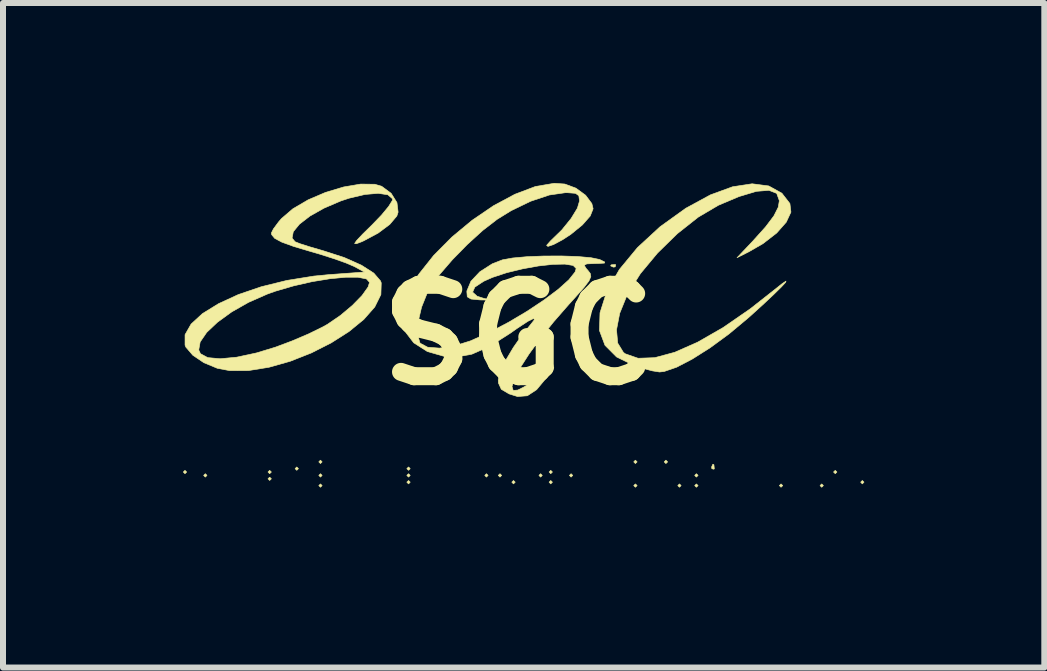
<source format=kicad_pcb>
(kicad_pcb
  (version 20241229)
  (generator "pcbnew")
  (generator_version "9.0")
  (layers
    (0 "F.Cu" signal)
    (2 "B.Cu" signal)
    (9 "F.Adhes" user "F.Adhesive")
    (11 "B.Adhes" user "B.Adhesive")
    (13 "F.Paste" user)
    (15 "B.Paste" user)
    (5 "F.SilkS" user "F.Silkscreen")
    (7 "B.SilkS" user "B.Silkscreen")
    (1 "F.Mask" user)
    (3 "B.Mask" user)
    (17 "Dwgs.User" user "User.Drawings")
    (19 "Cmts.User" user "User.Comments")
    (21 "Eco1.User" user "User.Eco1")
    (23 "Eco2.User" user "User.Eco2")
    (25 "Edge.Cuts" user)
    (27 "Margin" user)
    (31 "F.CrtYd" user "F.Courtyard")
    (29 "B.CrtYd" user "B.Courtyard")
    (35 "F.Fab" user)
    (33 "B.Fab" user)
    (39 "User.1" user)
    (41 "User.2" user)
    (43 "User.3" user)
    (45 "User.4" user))
  (footprint "SGC"
    (layer "F.Cu")
    (at 5.593 2.531)
    (property "Reference" "SGC" (at 0 0 0) (layer "F.SilkS") (effects (font (size 1.524 1.524) (thickness 0.3))))
    (attr through_hole)
    (fp_poly (pts (xy -5.532 2.286) (xy -5.56 2.314) (xy -5.588 2.286) (xy -5.56 2.258) (xy -5.532 2.286)) (stroke (width 0.01) (type solid)) (fill yes) (layer "F.SilkS"))
    (fp_poly (pts (xy -5.193 2.342) (xy -5.221 2.371) (xy -5.249 2.342) (xy -5.221 2.314) (xy -5.193 2.342)) (stroke (width 0.01) (type solid)) (fill yes) (layer "F.SilkS"))
    (fp_poly (pts (xy -4.12 2.286) (xy -4.149 2.314) (xy -4.177 2.286) (xy -4.149 2.258) (xy -4.12 2.286)) (stroke (width 0.01) (type solid)) (fill yes) (layer "F.SilkS"))
    (fp_poly (pts (xy -4.12 2.399) (xy -4.149 2.427) (xy -4.177 2.399) (xy -4.149 2.371) (xy -4.12 2.399)) (stroke (width 0.01) (type solid)) (fill yes) (layer "F.SilkS"))
    (fp_poly (pts (xy -3.669 2.23) (xy -3.697 2.258) (xy -3.725 2.23) (xy -3.697 2.201) (xy -3.669 2.23)) (stroke (width 0.01) (type solid)) (fill yes) (layer "F.SilkS"))
    (fp_poly (pts (xy -3.274 2.117) (xy -3.302 2.145) (xy -3.33 2.117) (xy -3.302 2.088) (xy -3.274 2.117)) (stroke (width 0.01) (type solid)) (fill yes) (layer "F.SilkS"))
    (fp_poly (pts (xy -3.274 2.342) (xy -3.302 2.371) (xy -3.33 2.342) (xy -3.302 2.314) (xy -3.274 2.342)) (stroke (width 0.01) (type solid)) (fill yes) (layer "F.SilkS"))
    (fp_poly (pts (xy -3.274 2.512) (xy -3.302 2.54) (xy -3.33 2.512) (xy -3.302 2.484) (xy -3.274 2.512)) (stroke (width 0.01) (type solid)) (fill yes) (layer "F.SilkS"))
    (fp_poly (pts (xy -1.806 2.23) (xy -1.834 2.258) (xy -1.863 2.23) (xy -1.834 2.201) (xy -1.806 2.23)) (stroke (width 0.01) (type solid)) (fill yes) (layer "F.SilkS"))
    (fp_poly (pts (xy -1.806 2.342) (xy -1.834 2.371) (xy -1.863 2.342) (xy -1.834 2.314) (xy -1.806 2.342)) (stroke (width 0.01) (type solid)) (fill yes) (layer "F.SilkS"))
    (fp_poly (pts (xy -1.806 2.455) (xy -1.834 2.484) (xy -1.863 2.455) (xy -1.834 2.427) (xy -1.806 2.455)) (stroke (width 0.01) (type solid)) (fill yes) (layer "F.SilkS"))
    (fp_poly (pts (xy -0.508 2.342) (xy -0.536 2.371) (xy -0.564 2.342) (xy -0.536 2.314) (xy -0.508 2.342)) (stroke (width 0.01) (type solid)) (fill yes) (layer "F.SilkS"))
    (fp_poly (pts (xy -0.282 2.342) (xy -0.31 2.371) (xy -0.339 2.342) (xy -0.31 2.314) (xy -0.282 2.342)) (stroke (width 0.01) (type solid)) (fill yes) (layer "F.SilkS"))
    (fp_poly (pts (xy -0.056 2.455) (xy -0.085 2.484) (xy -0.113 2.455) (xy -0.085 2.427) (xy -0.056 2.455)) (stroke (width 0.01) (type solid)) (fill yes) (layer "F.SilkS"))
    (fp_poly (pts (xy 0.395 2.342) (xy 0.367 2.371) (xy 0.339 2.342) (xy 0.367 2.314) (xy 0.395 2.342)) (stroke (width 0.01) (type solid)) (fill yes) (layer "F.SilkS"))
    (fp_poly (pts (xy 0.564 2.286) (xy 0.536 2.314) (xy 0.508 2.286) (xy 0.536 2.258) (xy 0.564 2.286)) (stroke (width 0.01) (type solid)) (fill yes) (layer "F.SilkS"))
    (fp_poly (pts (xy 0.564 2.455) (xy 0.536 2.484) (xy 0.508 2.455) (xy 0.536 2.427) (xy 0.564 2.455)) (stroke (width 0.01) (type solid)) (fill yes) (layer "F.SilkS"))
    (fp_poly (pts (xy 0.903 2.342) (xy 0.875 2.371) (xy 0.847 2.342) (xy 0.875 2.314) (xy 0.903 2.342)) (stroke (width 0.01) (type solid)) (fill yes) (layer "F.SilkS"))
    (fp_poly (pts (xy 1.976 2.117) (xy 1.947 2.145) (xy 1.919 2.117) (xy 1.947 2.088) (xy 1.976 2.117)) (stroke (width 0.01) (type solid)) (fill yes) (layer "F.SilkS"))
    (fp_poly (pts (xy 1.976 2.512) (xy 1.947 2.54) (xy 1.919 2.512) (xy 1.947 2.484) (xy 1.976 2.512)) (stroke (width 0.01) (type solid)) (fill yes) (layer "F.SilkS"))
    (fp_poly (pts (xy 2.484 2.117) (xy 2.455 2.145) (xy 2.427 2.117) (xy 2.455 2.088) (xy 2.484 2.117)) (stroke (width 0.01) (type solid)) (fill yes) (layer "F.SilkS"))
    (fp_poly (pts (xy 2.709 2.512) (xy 2.681 2.54) (xy 2.653 2.512) (xy 2.681 2.484) (xy 2.709 2.512)) (stroke (width 0.01) (type solid)) (fill yes) (layer "F.SilkS"))
    (fp_poly (pts (xy 2.992 2.342) (xy 2.963 2.371) (xy 2.935 2.342) (xy 2.963 2.314) (xy 2.992 2.342)) (stroke (width 0.01) (type solid)) (fill yes) (layer "F.SilkS"))
    (fp_poly (pts (xy 2.992 2.512) (xy 2.963 2.54) (xy 2.935 2.512) (xy 2.963 2.484) (xy 2.992 2.512)) (stroke (width 0.01) (type solid)) (fill yes) (layer "F.SilkS"))
    (fp_poly (pts (xy 4.403 2.512) (xy 4.374 2.54) (xy 4.346 2.512) (xy 4.374 2.484) (xy 4.403 2.512)) (stroke (width 0.01) (type solid)) (fill yes) (layer "F.SilkS"))
    (fp_poly (pts (xy 5.08 2.512) (xy 5.052 2.54) (xy 5.024 2.512) (xy 5.052 2.484) (xy 5.08 2.512)) (stroke (width 0.01) (type solid)) (fill yes) (layer "F.SilkS"))
    (fp_poly (pts (xy 5.306 2.286) (xy 5.278 2.314) (xy 5.249 2.286) (xy 5.278 2.258) (xy 5.306 2.286)) (stroke (width 0.01) (type solid)) (fill yes) (layer "F.SilkS"))
    (fp_poly (pts (xy 5.757 2.455) (xy 5.729 2.484) (xy 5.701 2.455) (xy 5.729 2.427) (xy 5.757 2.455)) (stroke (width 0.01) (type solid)) (fill yes) (layer "F.SilkS"))
    (fp_poly (pts (xy 1.618 -1.167) (xy 1.61 -1.133) (xy 1.58 -1.129) (xy 1.534 -1.15) (xy 1.543 -1.167) (xy 1.61 -1.173) (xy 1.618 -1.167)) (stroke (width 0.01) (type solid)) (fill yes) (layer "F.SilkS"))
    (fp_poly (pts (xy 3.255 2.164) (xy 3.262 2.231) (xy 3.255 2.239) (xy 3.221 2.231) (xy 3.217 2.201) (xy 3.238 2.155) (xy 3.255 2.164)) (stroke (width 0.01) (type solid)) (fill yes) (layer "F.SilkS"))
    (fp_poly (pts (xy 4.169 -2.482) (xy 4.388 -2.361) (xy 4.522 -2.188) (xy 4.539 -2.046) (xy 4.461 -1.878) (xy 4.302 -1.698) (xy 4.074 -1.521) (xy 3.838 -1.385) (xy 3.641 -1.286) (xy 3.901 -1.56) (xy 4.116 -1.799) (xy 4.255 -1.983) (xy 4.328 -2.128) (xy 4.346 -2.236) (xy 4.302 -2.358) (xy 4.173 -2.409) (xy 3.963 -2.392) (xy 3.673 -2.305) (xy 3.33 -2.16) (xy 2.994 -1.962) (xy 2.646 -1.687) (xy 2.315 -1.363) (xy 2.03 -1.02) (xy 1.819 -0.685) (xy 1.813 -0.674) (xy 1.685 -0.359) (xy 1.632 -0.084) (xy 1.652 0.137) (xy 1.747 0.292) (xy 1.779 0.316) (xy 1.992 0.39) (xy 2.27 0.38) (xy 2.603 0.29) (xy 2.984 0.122) (xy 3.406 -0.12) (xy 3.86 -0.433) (xy 4.259 -0.747) (xy 4.396 -0.856) (xy 4.457 -0.896) (xy 4.45 -0.875) (xy 4.381 -0.8) (xy 4.259 -0.68) (xy 4.089 -0.52) (xy 3.88 -0.33) (xy 3.82 -0.277) (xy 3.506 -0.015) (xy 3.192 0.215) (xy 2.895 0.403) (xy 2.634 0.539) (xy 2.427 0.61) (xy 2.349 0.619) (xy 2.23 0.6) (xy 2.052 0.553) (xy 1.926 0.512) (xy 1.633 0.368) (xy 1.44 0.174) (xy 1.348 -0.072) (xy 1.357 -0.368) (xy 1.467 -0.715) (xy 1.473 -0.729) (xy 1.681 -1.091) (xy 1.982 -1.455) (xy 2.357 -1.801) (xy 2.788 -2.111) (xy 2.794 -2.114) (xy 3.197 -2.333) (xy 3.566 -2.468) (xy 3.892 -2.518) (xy 4.169 -2.482)) (stroke (width 0.01) (type solid)) (fill yes) (layer "F.SilkS"))
    (fp_poly (pts (xy -2.397 -2.51) (xy -2.283 -2.477) (xy -2.124 -2.359) (xy -2.027 -2.204) (xy -2.008 -2.045) (xy -2.029 -1.981) (xy -2.147 -1.841) (xy -2.341 -1.696) (xy -2.58 -1.568) (xy -2.618 -1.551) (xy -2.703 -1.519) (xy -2.733 -1.523) (xy -2.699 -1.573) (xy -2.597 -1.681) (xy -2.445 -1.83) (xy -2.285 -1.996) (xy -2.166 -2.14) (xy -2.104 -2.24) (xy -2.1 -2.267) (xy -2.179 -2.335) (xy -2.339 -2.359) (xy -2.561 -2.34) (xy -2.824 -2.278) (xy -2.963 -2.232) (xy -3.243 -2.112) (xy -3.477 -1.98) (xy -3.652 -1.845) (xy -3.755 -1.719) (xy -3.775 -1.613) (xy -3.725 -1.552) (xy -3.645 -1.52) (xy -3.489 -1.47) (xy -3.287 -1.411) (xy -3.259 -1.403) (xy -2.906 -1.289) (xy -2.619 -1.161) (xy -2.413 -1.029) (xy -2.301 -0.899) (xy -2.289 -0.866) (xy -2.295 -0.671) (xy -2.397 -0.465) (xy -2.58 -0.257) (xy -2.827 -0.055) (xy -3.124 0.134) (xy -3.456 0.302) (xy -3.806 0.44) (xy -4.16 0.54) (xy -4.501 0.595) (xy -4.815 0.596) (xy -5.021 0.557) (xy -5.245 0.464) (xy -5.43 0.339) (xy -5.504 0.252) (xy -5.331 0.252) (xy -5.302 0.314) (xy -5.181 0.379) (xy -4.974 0.398) (xy -4.698 0.372) (xy -4.372 0.302) (xy -4.052 0.205) (xy -3.775 0.101) (xy -3.498 -0.017) (xy -3.266 -0.131) (xy -3.185 -0.176) (xy -2.969 -0.324) (xy -2.77 -0.491) (xy -2.609 -0.656) (xy -2.508 -0.798) (xy -2.484 -0.875) (xy -2.535 -0.932) (xy -2.675 -0.96) (xy -2.885 -0.96) (xy -3.147 -0.935) (xy -3.441 -0.887) (xy -3.748 -0.817) (xy -4.05 -0.729) (xy -4.185 -0.681) (xy -4.499 -0.543) (xy -4.781 -0.383) (xy -5.018 -0.211) (xy -5.198 -0.041) (xy -5.307 0.118) (xy -5.331 0.252) (xy -5.504 0.252) (xy -5.545 0.205) (xy -5.559 0.171) (xy -5.559 -0.003) (xy -5.458 -0.18) (xy -5.269 -0.354) (xy -5.002 -0.519) (xy -4.672 -0.671) (xy -4.288 -0.802) (xy -3.863 -0.907) (xy -3.41 -0.98) (xy -3.161 -1.004) (xy -2.568 -1.047) (xy -2.742 -1.141) (xy -2.873 -1.197) (xy -3.078 -1.27) (xy -3.323 -1.348) (xy -3.447 -1.384) (xy -3.744 -1.472) (xy -3.945 -1.545) (xy -4.064 -1.608) (xy -4.115 -1.669) (xy -4.12 -1.698) (xy -4.086 -1.766) (xy -4 -1.882) (xy -3.953 -1.937) (xy -3.762 -2.101) (xy -3.508 -2.25) (xy -3.216 -2.375) (xy -2.915 -2.465) (xy -2.633 -2.513) (xy -2.397 -2.51)) (stroke (width 0.01) (type solid)) (fill yes) (layer "F.SilkS"))
    (fp_poly (pts (xy 0.77 -2.514) (xy 0.956 -2.445) (xy 1.117 -2.327) (xy 1.221 -2.188) (xy 1.242 -2.102) (xy 1.194 -1.981) (xy 1.063 -1.832) (xy 0.869 -1.674) (xy 0.734 -1.586) (xy 0.582 -1.505) (xy 0.489 -1.474) (xy 0.467 -1.492) (xy 0.53 -1.563) (xy 0.536 -1.569) (xy 0.721 -1.749) (xy 0.875 -1.939) (xy 0.98 -2.111) (xy 1.016 -2.232) (xy 1.004 -2.319) (xy 0.949 -2.359) (xy 0.819 -2.369) (xy 0.776 -2.369) (xy 0.512 -2.331) (xy 0.201 -2.227) (xy -0.124 -2.07) (xy -0.357 -1.926) (xy -0.598 -1.74) (xy -0.854 -1.507) (xy -1.102 -1.254) (xy -1.316 -1.006) (xy -1.474 -0.787) (xy -1.518 -0.709) (xy -1.617 -0.462) (xy -1.674 -0.22) (xy -1.685 -0.013) (xy -1.646 0.129) (xy -1.637 0.141) (xy -1.515 0.206) (xy -1.318 0.221) (xy -1.072 0.185) (xy -0.801 0.1) (xy -0.776 0.089) (xy -0.471 -0.049) (xy -0.158 -0.215) (xy 0.146 -0.396) (xy 0.424 -0.581) (xy 0.661 -0.759) (xy 0.838 -0.918) (xy 0.941 -1.047) (xy 0.96 -1.106) (xy 0.909 -1.157) (xy 0.772 -1.179) (xy 0.571 -1.175) (xy 0.328 -1.148) (xy 0.064 -1.1) (xy -0.199 -1.036) (xy -0.438 -0.957) (xy -0.582 -0.893) (xy -0.729 -0.796) (xy -0.766 -0.712) (xy -0.691 -0.644) (xy -0.588 -0.611) (xy -0.5 -0.589) (xy -0.511 -0.58) (xy -0.628 -0.582) (xy -0.649 -0.583) (xy -0.793 -0.597) (xy -0.855 -0.634) (xy -0.862 -0.717) (xy -0.861 -0.734) (xy -0.794 -0.894) (xy -0.645 -1.052) (xy -0.439 -1.184) (xy -0.27 -1.25) (xy -0.1 -1.281) (xy 0.141 -1.303) (xy 0.421 -1.314) (xy 0.713 -1.315) (xy 0.984 -1.306) (xy 1.206 -1.286) (xy 1.347 -1.257) (xy 1.355 -1.254) (xy 1.436 -1.214) (xy 1.431 -1.196) (xy 1.326 -1.19) (xy 1.275 -1.189) (xy 1.137 -1.183) (xy 1.093 -1.161) (xy 1.127 -1.106) (xy 1.155 -1.075) (xy 1.195 -1.023) (xy 1.204 -0.97) (xy 1.173 -0.899) (xy 1.091 -0.791) (xy 0.947 -0.628) (xy 0.839 -0.509) (xy 0.585 -0.218) (xy 0.361 0.062) (xy 0.173 0.321) (xy 0.028 0.547) (xy -0.069 0.731) (xy -0.11 0.861) (xy -0.09 0.926) (xy -0.014 0.92) (xy 0.088 0.869) (xy 0.24 0.777) (xy 0.336 0.714) (xy 0.587 0.543) (xy 0.466 0.714) (xy 0.3 0.914) (xy 0.146 1.015) (xy -0.017 1.028) (xy -0.158 0.984) (xy -0.288 0.907) (xy -0.336 0.802) (xy -0.339 0.75) (xy -0.305 0.617) (xy -0.216 0.427) (xy -0.087 0.21) (xy 0.063 -0.005) (xy 0.187 -0.155) (xy 0.263 -0.251) (xy 0.252 -0.274) (xy 0.155 -0.226) (xy -0.026 -0.107) (xy -0.138 -0.028) (xy -0.481 0.191) (xy -0.779 0.322) (xy -1.049 0.372) (xy -1.227 0.362) (xy -1.52 0.278) (xy -1.748 0.132) (xy -1.896 -0.062) (xy -1.952 -0.29) (xy -1.944 -0.395) (xy -1.846 -0.695) (xy -1.664 -1.01) (xy -1.414 -1.325) (xy -1.112 -1.629) (xy -0.775 -1.909) (xy -0.42 -2.151) (xy -0.062 -2.343) (xy 0.281 -2.473) (xy 0.594 -2.526) (xy 0.77 -2.514)) (stroke (width 0.01) (type solid)) (fill yes) (layer "F.SilkS")))
  (gr_rect
    (start -3 -3)
    (end 14.355 8.076)
    (stroke (width 0.1) (type default))
    (fill no)
    (layer "Edge.Cuts")))
</source>
